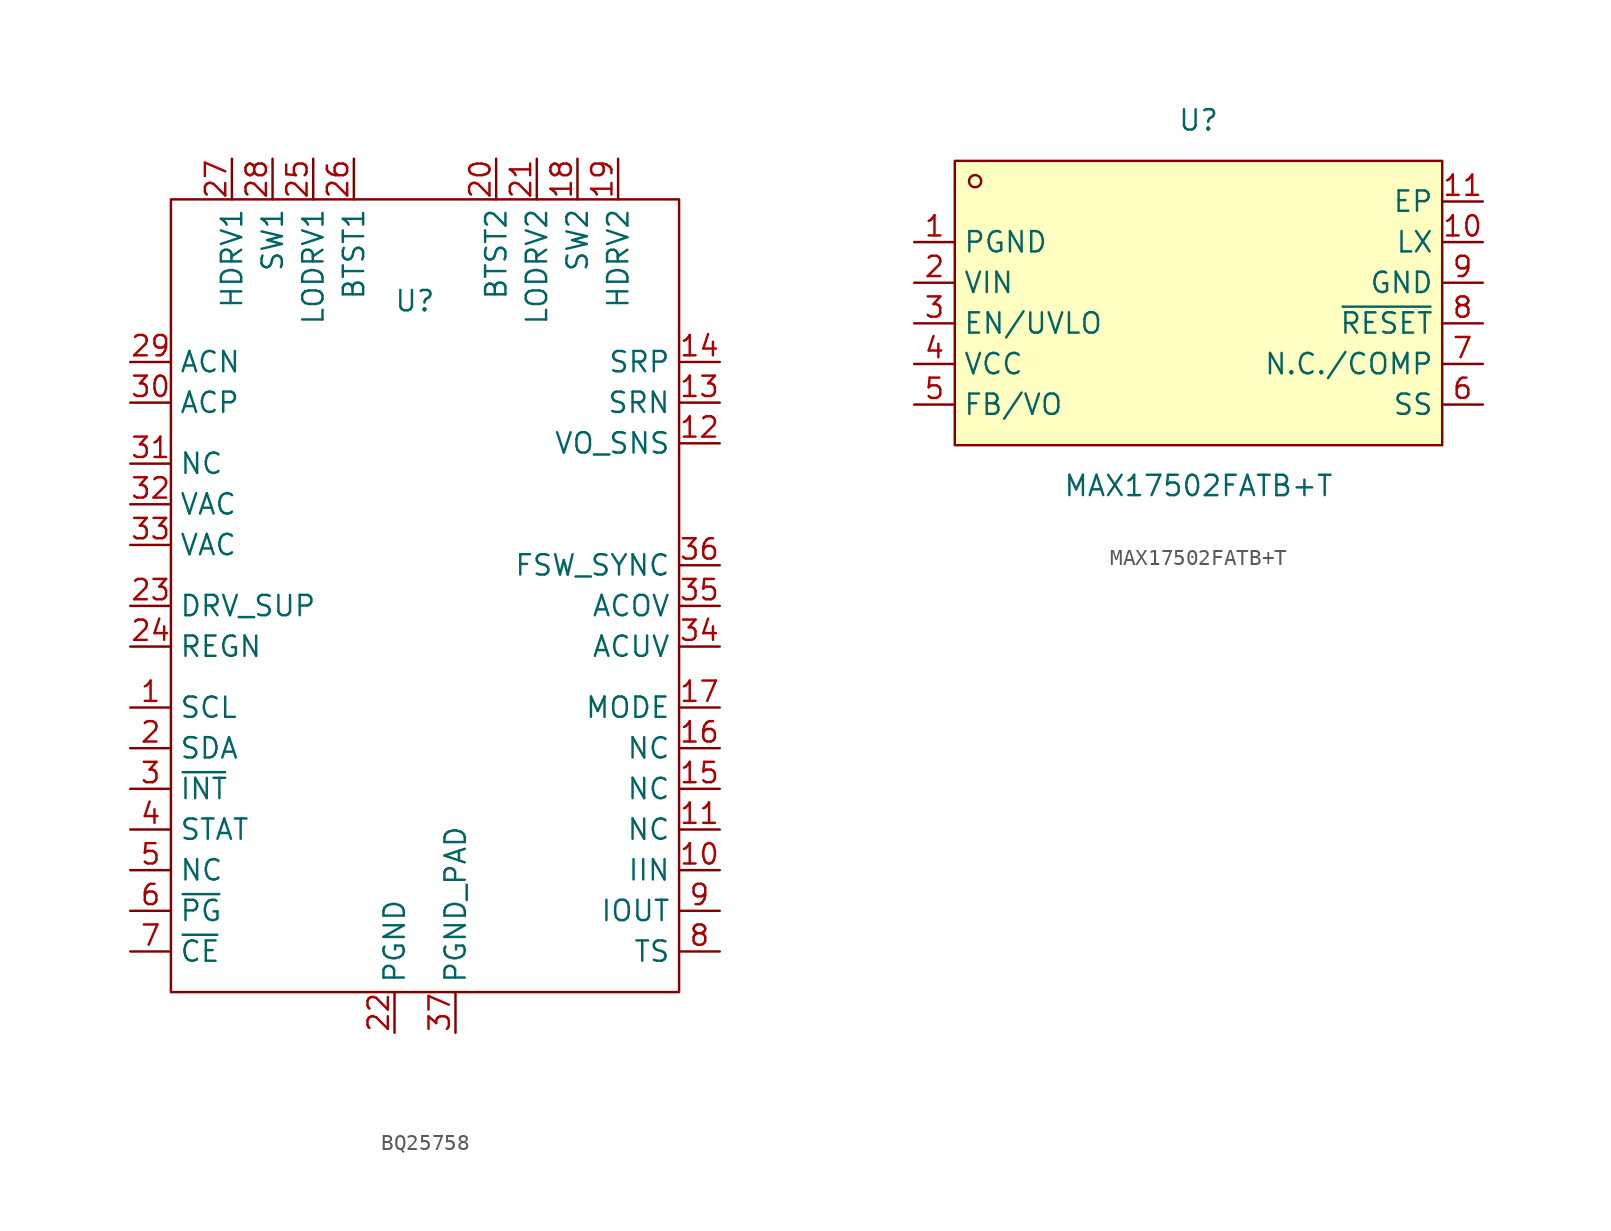
<source format=kicad_sym>
(kicad_symbol_lib
  (version 20231120)
  (generator "kicad_symbol_editor")
  (generator_version "8.0")
  (symbol "BQ25758"
    (property "Reference" "U"
      (at 0 0 0)
      (effects (font (size 1.27 1.27))))
    (property "Value" ""
      (at 0 0 0)
      (effects (font (size 1.27 1.27))))
    (symbol "BQ25758_0_1"
      (rectangle (start -15.24 6.35) (end 16.51 -43.18) (stroke (width 0) (type default)) (fill (type none))))
    (symbol "BQ25758_1_1"
      (pin input line (at -17.78 -25.4 0) (length 2.54) (name "SCL" (effects (font (size 1.27 1.27)))) (number "1" (effects (font (size 1.27 1.27)))))
      (pin passive line (at 19.05 -35.56 180) (length 2.54) (name "IIN" (effects (font (size 1.27 1.27)))) (number "10" (effects (font (size 1.27 1.27)))))
      (pin free line (at 19.05 -33.02 180) (length 2.54) (name "NC" (effects (font (size 1.27 1.27)))) (number "11" (effects (font (size 1.27 1.27)))))
      (pin passive line (at 19.05 -8.89 180) (length 2.54) (name "VO_SNS" (effects (font (size 1.27 1.27)))) (number "12" (effects (font (size 1.27 1.27)))))
      (pin passive line (at 19.05 -6.35 180) (length 2.54) (name "SRN" (effects (font (size 1.27 1.27)))) (number "13" (effects (font (size 1.27 1.27)))))
      (pin passive line (at 19.05 -3.81 180) (length 2.54) (name "SRP" (effects (font (size 1.27 1.27)))) (number "14" (effects (font (size 1.27 1.27)))))
      (pin free line (at 19.05 -30.48 180) (length 2.54) (name "NC" (effects (font (size 1.27 1.27)))) (number "15" (effects (font (size 1.27 1.27)))))
      (pin free line (at 19.05 -27.94 180) (length 2.54) (name "NC" (effects (font (size 1.27 1.27)))) (number "16" (effects (font (size 1.27 1.27)))))
      (pin passive line (at 19.05 -25.4 180) (length 2.54) (name "MODE" (effects (font (size 1.27 1.27)))) (number "17" (effects (font (size 1.27 1.27)))))
      (pin passive line (at 10.16 8.89 270) (length 2.54) (name "SW2" (effects (font (size 1.27 1.27)))) (number "18" (effects (font (size 1.27 1.27)))))
      (pin output line (at 12.7 8.89 270) (length 2.54) (name "HDRV2" (effects (font (size 1.27 1.27)))) (number "19" (effects (font (size 1.27 1.27)))))
      (pin bidirectional line (at -17.78 -27.94 0) (length 2.54) (name "SDA" (effects (font (size 1.27 1.27)))) (number "2" (effects (font (size 1.27 1.27)))))
      (pin passive line (at 5.08 8.89 270) (length 2.54) (name "BTST2" (effects (font (size 1.27 1.27)))) (number "20" (effects (font (size 1.27 1.27)))))
      (pin output line (at 7.62 8.89 270) (length 2.54) (name "LODRV2" (effects (font (size 1.27 1.27)))) (number "21" (effects (font (size 1.27 1.27)))))
      (pin power_in line (at -1.27 -45.72 90) (length 2.54) (name "PGND" (effects (font (size 1.27 1.27)))) (number "22" (effects (font (size 1.27 1.27)))))
      (pin passive line (at -17.78 -19.05 0) (length 2.54) (name "DRV_SUP" (effects (font (size 1.27 1.27)))) (number "23" (effects (font (size 1.27 1.27)))))
      (pin passive line (at -17.78 -21.59 0) (length 2.54) (name "REGN" (effects (font (size 1.27 1.27)))) (number "24" (effects (font (size 1.27 1.27)))))
      (pin output line (at -6.35 8.89 270) (length 2.54) (name "LODRV1" (effects (font (size 1.27 1.27)))) (number "25" (effects (font (size 1.27 1.27)))))
      (pin passive line (at -3.81 8.89 270) (length 2.54) (name "BTST1" (effects (font (size 1.27 1.27)))) (number "26" (effects (font (size 1.27 1.27)))))
      (pin output line (at -11.43 8.89 270) (length 2.54) (name "HDRV1" (effects (font (size 1.27 1.27)))) (number "27" (effects (font (size 1.27 1.27)))))
      (pin passive line (at -8.89 8.89 270) (length 2.54) (name "SW1" (effects (font (size 1.27 1.27)))) (number "28" (effects (font (size 1.27 1.27)))))
      (pin passive line (at -17.78 -3.81 0) (length 2.54) (name "ACN" (effects (font (size 1.27 1.27)))) (number "29" (effects (font (size 1.27 1.27)))))
      (pin open_collector line (at -17.78 -30.48 0) (length 2.54) (name "~{INT}" (effects (font (size 1.27 1.27)))) (number "3" (effects (font (size 1.27 1.27)))))
      (pin passive line (at -17.78 -6.35 0) (length 2.54) (name "ACP" (effects (font (size 1.27 1.27)))) (number "30" (effects (font (size 1.27 1.27)))))
      (pin free line (at -17.78 -10.16 0) (length 2.54) (name "NC" (effects (font (size 1.27 1.27)))) (number "31" (effects (font (size 1.27 1.27)))))
      (pin passive line (at -17.78 -12.7 0) (length 2.54) (name "VAC" (effects (font (size 1.27 1.27)))) (number "32" (effects (font (size 1.27 1.27)))))
      (pin passive line (at -17.78 -15.24 0) (length 2.54) (name "VAC" (effects (font (size 1.27 1.27)))) (number "33" (effects (font (size 1.27 1.27)))))
      (pin passive line (at 19.05 -21.59 180) (length 2.54) (name "ACUV" (effects (font (size 1.27 1.27)))) (number "34" (effects (font (size 1.27 1.27)))))
      (pin passive line (at 19.05 -19.05 180) (length 2.54) (name "ACOV" (effects (font (size 1.27 1.27)))) (number "35" (effects (font (size 1.27 1.27)))))
      (pin passive line (at 19.05 -16.51 180) (length 2.54) (name "FSW_SYNC" (effects (font (size 1.27 1.27)))) (number "36" (effects (font (size 1.27 1.27)))))
      (pin power_in line (at 2.54 -45.72 90) (length 2.54) (name "PGND_PAD" (effects (font (size 1.27 1.27)))) (number "37" (effects (font (size 1.27 1.27)))))
      (pin open_collector line (at -17.78 -33.02 0) (length 2.54) (name "STAT" (effects (font (size 1.27 1.27)))) (number "4" (effects (font (size 1.27 1.27)))))
      (pin free line (at -17.78 -35.56 0) (length 2.54) (name "NC" (effects (font (size 1.27 1.27)))) (number "5" (effects (font (size 1.27 1.27)))))
      (pin open_collector line (at -17.78 -38.1 0) (length 2.54) (name "~{PG}" (effects (font (size 1.27 1.27)))) (number "6" (effects (font (size 1.27 1.27)))))
      (pin input line (at -17.78 -40.64 0) (length 2.54) (name "~{CE}" (effects (font (size 1.27 1.27)))) (number "7" (effects (font (size 1.27 1.27)))))
      (pin passive line (at 19.05 -40.64 180) (length 2.54) (name "TS" (effects (font (size 1.27 1.27)))) (number "8" (effects (font (size 1.27 1.27)))))
      (pin passive line (at 19.05 -38.1 180) (length 2.54) (name "IOUT" (effects (font (size 1.27 1.27)))) (number "9" (effects (font (size 1.27 1.27)))))))
  (symbol "MAX17502FATB+T"
    (property "Reference" "U"
      (at 0 11.43 0)
      (effects (font (size 1.27 1.27))))
    (property "Value" "MAX17502FATB+T"
      (at 0 -11.43 0)
      (effects (font (size 1.27 1.27))))
    (symbol "MAX17502FATB+T_0_1"
      (rectangle (start -15.24 8.89) (end 15.24 -8.89) (stroke (width 0) (type default)) (fill (type background)))
      (circle (center -13.97 7.62) (radius 0.38) (stroke (width 0) (type default)) (fill (type none))))
    (symbol "MAX17502FATB+T_1_1"
      (pin power_in line (at -17.78 3.81 0) (length 2.54) (name "PGND" (effects (font (size 1.27 1.27)))) (number "1" (effects (font (size 1.27 1.27)))))
      (pin passive line (at 17.78 3.81 180) (length 2.54) (name "LX" (effects (font (size 1.27 1.27)))) (number "10" (effects (font (size 1.27 1.27)))))
      (pin power_in line (at 17.78 6.35 180) (length 2.54) (name "EP" (effects (font (size 1.27 1.27)))) (number "11" (effects (font (size 1.27 1.27)))))
      (pin power_in line (at -17.78 1.27 0) (length 2.54) (name "VIN" (effects (font (size 1.27 1.27)))) (number "2" (effects (font (size 1.27 1.27)))))
      (pin input line (at -17.78 -1.27 0) (length 2.54) (name "EN/UVLO" (effects (font (size 1.27 1.27)))) (number "3" (effects (font (size 1.27 1.27)))))
      (pin power_out line (at -17.78 -3.81 0) (length 2.54) (name "VCC" (effects (font (size 1.27 1.27)))) (number "4" (effects (font (size 1.27 1.27)))))
      (pin passive line (at -17.78 -6.35 0) (length 2.54) (name "FB/VO" (effects (font (size 1.27 1.27)))) (number "5" (effects (font (size 1.27 1.27)))))
      (pin passive line (at 17.78 -6.35 180) (length 2.54) (name "SS" (effects (font (size 1.27 1.27)))) (number "6" (effects (font (size 1.27 1.27)))))
      (pin passive line (at 17.78 -3.81 180) (length 2.54) (name "N.C./COMP" (effects (font (size 1.27 1.27)))) (number "7" (effects (font (size 1.27 1.27)))))
      (pin open_collector line (at 17.78 -1.27 180) (length 2.54) (name "~{RESET}" (effects (font (size 1.27 1.27)))) (number "8" (effects (font (size 1.27 1.27)))))
      (pin power_in line (at 17.78 1.27 180) (length 2.54) (name "GND" (effects (font (size 1.27 1.27)))) (number "9" (effects (font (size 1.27 1.27))))))))
</source>
